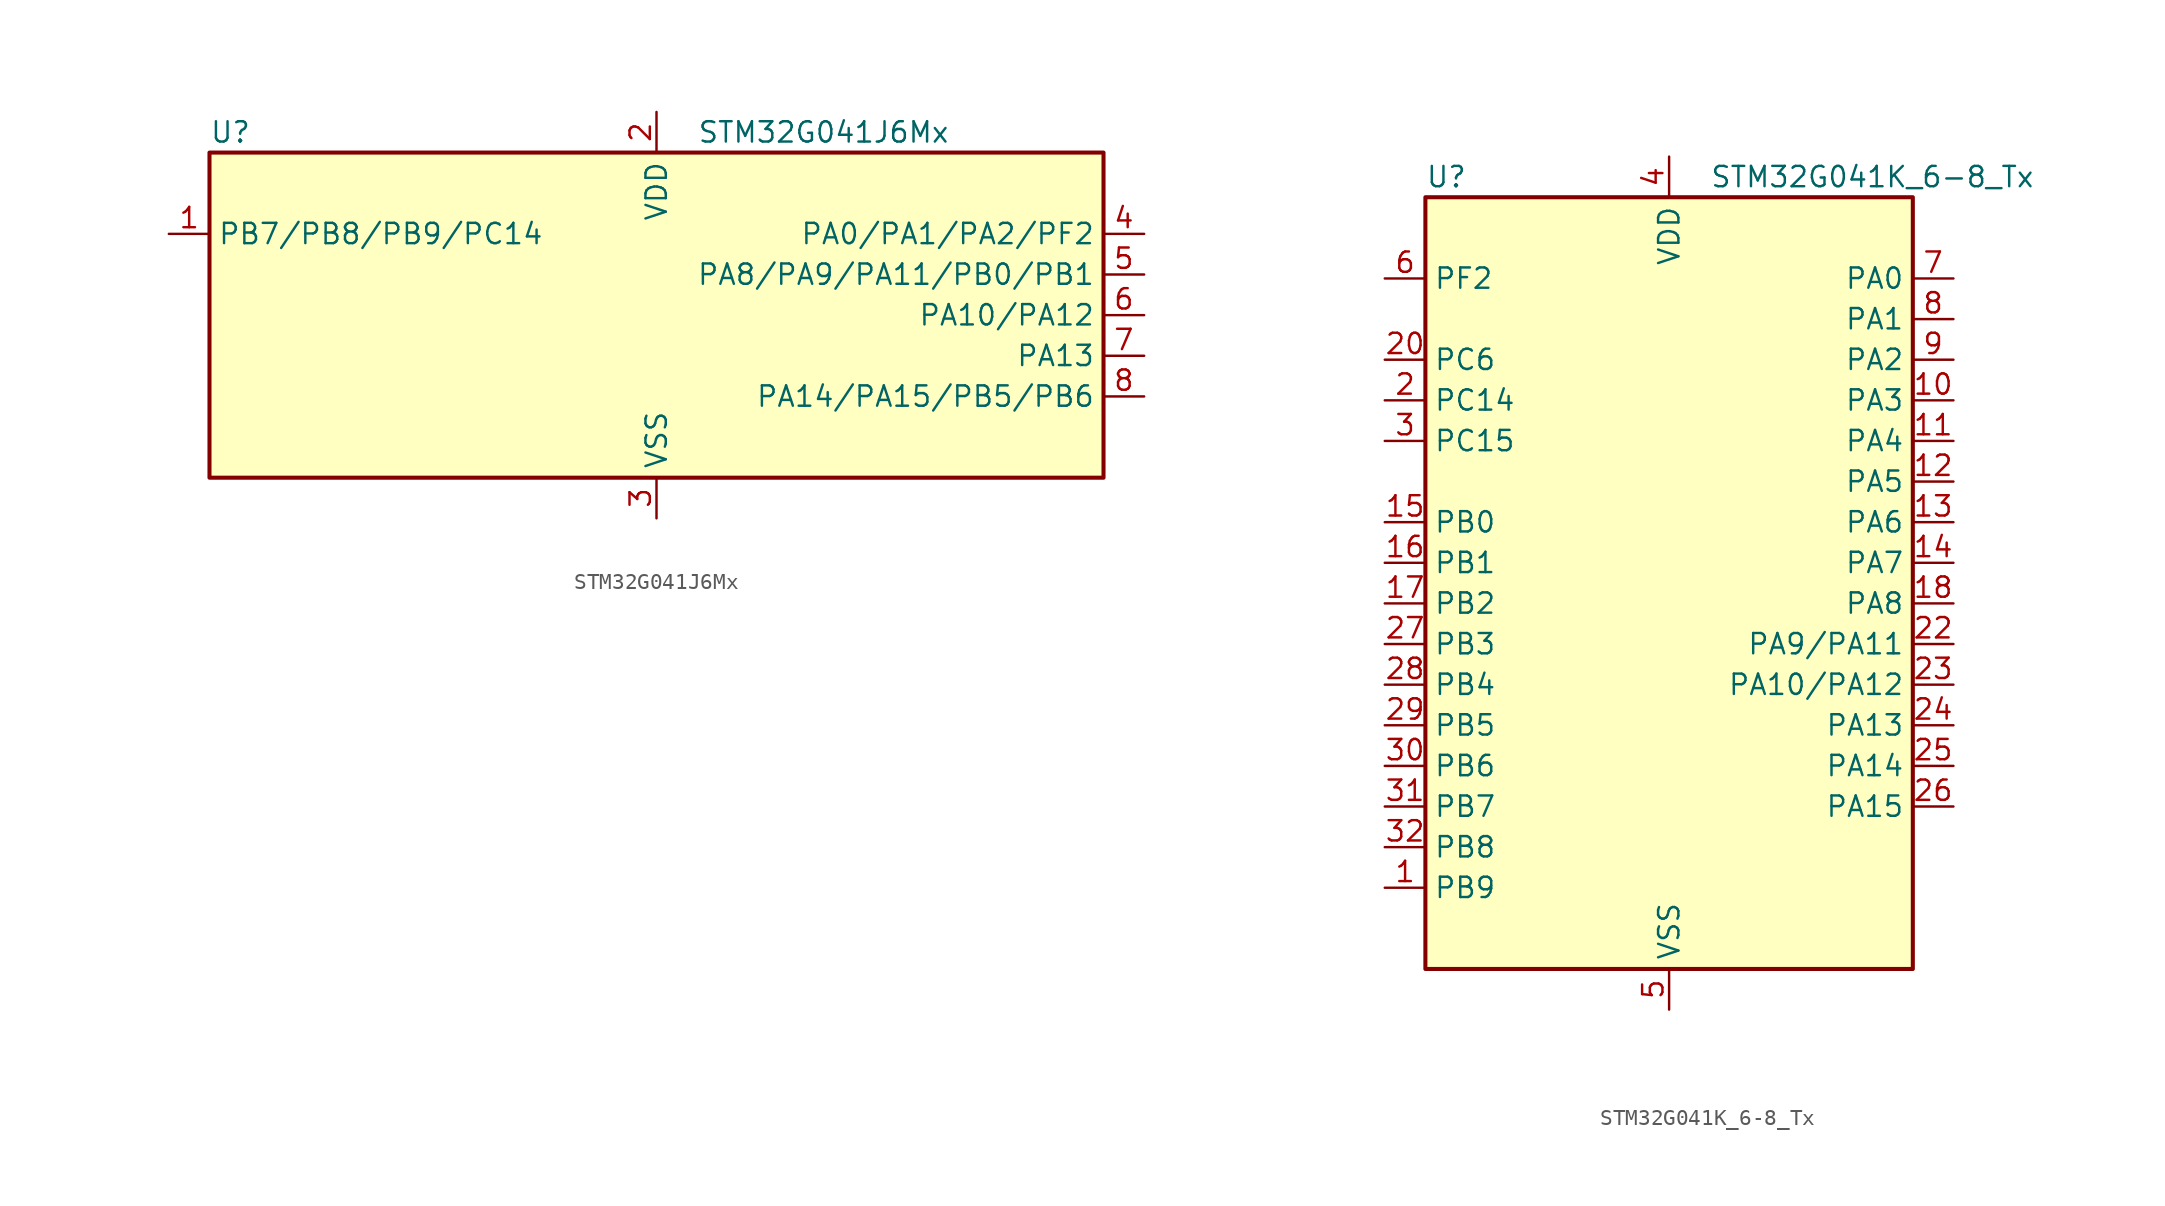
<source format=kicad_sym>
(kicad_symbol_lib
  (version 20231120)
  (generator "kicad-library-utils")
  (generator_version "8.0")
  (symbol "STM32G041J6Mx"
    (property "Reference" "U"
      (at -27.94 11.43 0)
      (effects (font (size 1.27 1.27)) (justify left)))
    (property "Value" "STM32G041J6Mx"
      (at 2.54 11.43 0)
      (effects (font (size 1.27 1.27)) (justify left)))
    (symbol "STM32G041J6Mx_0_1"
      (rectangle (start -27.94 -10.16) (end 27.94 10.16) (stroke (width 0.254) (type default)) (fill (type background))))
    (symbol "STM32G041J6Mx_1_1"
      (pin bidirectional line (at -30.48 5.08 0) (length 2.54) (name "PB7/PB8/PB9/PC14" (effects (font (size 1.27 1.27)))) (number "1" (effects (font (size 1.27 1.27)))) (alternate "PB7" bidirectional line) (alternate "ADC1_IN11 (PB7)" bidirectional line) (alternate "I2C1_SDA (PB7)" bidirectional line) (alternate "LPTIM1_IN2 (PB7)" bidirectional line) (alternate "SPI2_MOSI (PB7)" bidirectional line) (alternate "SYS_PVD_IN (PB7)" bidirectional line) (alternate "TIM17_CH1N (PB7)" bidirectional line) (alternate "USART1_RX (PB7)" bidirectional line) (alternate "PB8" bidirectional line) (alternate "I2C1_SCL (PB8)" bidirectional line) (alternate "SPI2_SCK (PB8)" bidirectional line) (alternate "TIM16_CH1 (PB8)" bidirectional line) (alternate "PB9" bidirectional line) (alternate "I2C1_SDA (PB9)" bidirectional line) (alternate "IR_OUT (PB9)" bidirectional line) (alternate "SPI2_NSS (PB9)" bidirectional line) (alternate "TIM17_CH1 (PB9)" bidirectional line) (alternate "PC14" bidirectional line) (alternate "RCC_OSC32_IN (PC14)" bidirectional line) (alternate "RCC_OSC_IN (PC14)" bidirectional line) (alternate "TIM1_BK2 (PC14)" bidirectional line))
      (pin power_in line (at 0 12.7 270) (length 2.54) (name "VDD" (effects (font (size 1.27 1.27)))) (number "2" (effects (font (size 1.27 1.27)))))
      (pin power_in line (at 0 -12.7 90) (length 2.54) (name "VSS" (effects (font (size 1.27 1.27)))) (number "3" (effects (font (size 1.27 1.27)))))
      (pin bidirectional line (at 30.48 5.08 180) (length 2.54) (name "PA0/PA1/PA2/PF2" (effects (font (size 1.27 1.27)))) (number "4" (effects (font (size 1.27 1.27)))) (alternate "PA0" bidirectional line) (alternate "ADC1_IN0 (PA0)" bidirectional line) (alternate "LPTIM1_OUT (PA0)" bidirectional line) (alternate "RTC_TAMP_IN2 (PA0)" bidirectional line) (alternate "SPI2_SCK (PA0)" bidirectional line) (alternate "SYS_WKUP1 (PA0)" bidirectional line) (alternate "TIM2_CH1 (PA0)" bidirectional line) (alternate "TIM2_ETR (PA0)" bidirectional line) (alternate "USART2_CTS (PA0)" bidirectional line) (alternate "USART2_NSS (PA0)" bidirectional line) (alternate "PA1" bidirectional line) (alternate "ADC1_IN1 (PA1)" bidirectional line) (alternate "I2C1_SMBA (PA1)" bidirectional line) (alternate "I2S1_CK (PA1)" bidirectional line) (alternate "SPI1_SCK (PA1)" bidirectional line) (alternate "TIM2_CH2 (PA1)" bidirectional line) (alternate "USART2_CK (PA1)" bidirectional line) (alternate "USART2_DE (PA1)" bidirectional line) (alternate "USART2_RTS (PA1)" bidirectional line) (alternate "PA2" bidirectional line) (alternate "ADC1_IN2 (PA2)" bidirectional line) (alternate "I2S1_SD (PA2)" bidirectional line) (alternate "LPUART1_TX (PA2)" bidirectional line) (alternate "RCC_LSCO (PA2)" bidirectional line) (alternate "SPI1_MOSI (PA2)" bidirectional line) (alternate "SYS_WKUP4 (PA2)" bidirectional line) (alternate "TIM2_CH3 (PA2)" bidirectional line) (alternate "USART2_TX (PA2)" bidirectional line) (alternate "PF2" bidirectional line) (alternate "RCC_MCO (PF2)" bidirectional line))
      (pin bidirectional line (at 30.48 2.54 180) (length 2.54) (name "PA8/PA9/PA11/PB0/PB1" (effects (font (size 1.27 1.27)))) (number "5" (effects (font (size 1.27 1.27)))) (alternate "PA8" bidirectional line) (alternate "LPTIM2_OUT (PA8)" bidirectional line) (alternate "RCC_MCO (PA8)" bidirectional line) (alternate "SPI2_NSS (PA8)" bidirectional line) (alternate "TIM1_CH1 (PA8)" bidirectional line) (alternate "PA9" bidirectional line) (alternate "I2C1_SCL (PA9)" bidirectional line) (alternate "RCC_MCO (PA9)" bidirectional line) (alternate "SPI2_MISO (PA9)" bidirectional line) (alternate "TIM1_CH2 (PA9)" bidirectional line) (alternate "USART1_TX (PA9)" bidirectional line) (alternate "PA11" bidirectional line) (alternate "ADC1_EXTI11 (PA11)" bidirectional line) (alternate "ADC1_IN15 (PA11)" bidirectional line) (alternate "I2C2_SCL (PA11)" bidirectional line) (alternate "I2S1_MCK (PA11)" bidirectional line) (alternate "SPI1_MISO (PA11)" bidirectional line) (alternate "TIM1_BK2 (PA11)" bidirectional line) (alternate "TIM1_CH4 (PA11)" bidirectional line) (alternate "USART1_CTS (PA11)" bidirectional line) (alternate "USART1_NSS (PA11)" bidirectional line) (alternate "PB0" bidirectional line) (alternate "ADC1_IN8 (PB0)" bidirectional line) (alternate "I2S1_WS (PB0)" bidirectional line) (alternate "LPTIM1_OUT (PB0)" bidirectional line) (alternate "SPI1_NSS (PB0)" bidirectional line) (alternate "TIM1_CH2N (PB0)" bidirectional line) (alternate "TIM3_CH3 (PB0)" bidirectional line) (alternate "PB1" bidirectional line) (alternate "ADC1_IN9 (PB1)" bidirectional line) (alternate "LPTIM2_IN1 (PB1)" bidirectional line) (alternate "LPUART1_DE (PB1)" bidirectional line) (alternate "LPUART1_RTS (PB1)" bidirectional line) (alternate "TIM14_CH1 (PB1)" bidirectional line) (alternate "TIM1_CH3N (PB1)" bidirectional line) (alternate "TIM3_CH4 (PB1)" bidirectional line))
      (pin bidirectional line (at 30.48 0 180) (length 2.54) (name "PA10/PA12" (effects (font (size 1.27 1.27)))) (number "6" (effects (font (size 1.27 1.27)))) (alternate "PA10" bidirectional line) (alternate "I2C1_SDA (PA10)" bidirectional line) (alternate "SPI2_MOSI (PA10)" bidirectional line) (alternate "TIM17_BK (PA10)" bidirectional line) (alternate "TIM1_CH3 (PA10)" bidirectional line) (alternate "USART1_RX (PA10)" bidirectional line) (alternate "PA12" bidirectional line) (alternate "ADC1_IN16 (PA12)" bidirectional line) (alternate "I2C2_SDA (PA12)" bidirectional line) (alternate "I2S1_SD (PA12)" bidirectional line) (alternate "I2S_CKIN (PA12)" bidirectional line) (alternate "SPI1_MOSI (PA12)" bidirectional line) (alternate "TIM1_ETR (PA12)" bidirectional line) (alternate "USART1_CK (PA12)" bidirectional line) (alternate "USART1_DE (PA12)" bidirectional line) (alternate "USART1_RTS (PA12)" bidirectional line))
      (pin bidirectional line (at 30.48 -2.54 180) (length 2.54) (name "PA13" (effects (font (size 1.27 1.27)))) (number "7" (effects (font (size 1.27 1.27)))) (alternate "ADC1_IN17" bidirectional line) (alternate "IR_OUT" bidirectional line) (alternate "SYS_SWDIO" bidirectional line))
      (pin bidirectional line (at 30.48 -5.08 180) (length 2.54) (name "PA14/PA15/PB5/PB6" (effects (font (size 1.27 1.27)))) (number "8" (effects (font (size 1.27 1.27)))) (alternate "PA14" bidirectional line) (alternate "ADC1_IN18 (PA14)" bidirectional line) (alternate "SYS_SWCLK (PA14)" bidirectional line) (alternate "USART2_TX (PA14)" bidirectional line) (alternate "PA15" bidirectional line) (alternate "I2S1_WS (PA15)" bidirectional line) (alternate "SPI1_NSS (PA15)" bidirectional line) (alternate "TIM2_CH1 (PA15)" bidirectional line) (alternate "TIM2_ETR (PA15)" bidirectional line) (alternate "USART2_RX (PA15)" bidirectional line) (alternate "PB5" bidirectional line) (alternate "I2C1_SMBA (PB5)" bidirectional line) (alternate "I2S1_SD (PB5)" bidirectional line) (alternate "LPTIM1_IN1 (PB5)" bidirectional line) (alternate "SPI1_MOSI (PB5)" bidirectional line) (alternate "SYS_WKUP6 (PB5)" bidirectional line) (alternate "TIM16_BK (PB5)" bidirectional line) (alternate "TIM3_CH2 (PB5)" bidirectional line) (alternate "PB6" bidirectional line) (alternate "I2C1_SCL (PB6)" bidirectional line) (alternate "LPTIM1_ETR (PB6)" bidirectional line) (alternate "SPI2_MISO (PB6)" bidirectional line) (alternate "TIM16_CH1N (PB6)" bidirectional line) (alternate "TIM1_CH3 (PB6)" bidirectional line) (alternate "USART1_TX (PB6)" bidirectional line))))
  (symbol "STM32G041K_6-8_Tx"
    (property "Reference" "U"
      (at -15.24 26.67 0)
      (effects (font (size 1.27 1.27)) (justify left)))
    (property "Value" "STM32G041K_6-8_Tx"
      (at 2.54 26.67 0)
      (effects (font (size 1.27 1.27)) (justify left)))
    (symbol "STM32G041K_6-8_Tx_0_1"
      (rectangle (start -15.24 -22.86) (end 15.24 25.4) (stroke (width 0.254) (type default)) (fill (type background))))
    (symbol "STM32G041K_6-8_Tx_1_1"
      (pin bidirectional line (at -17.78 -17.78 0) (length 2.54) (name "PB9" (effects (font (size 1.27 1.27)))) (number "1" (effects (font (size 1.27 1.27)))) (alternate "I2C1_SDA" bidirectional line) (alternate "IR_OUT" bidirectional line) (alternate "SPI2_NSS" bidirectional line) (alternate "TIM17_CH1" bidirectional line))
      (pin bidirectional line (at 17.78 12.7 180) (length 2.54) (name "PA3" (effects (font (size 1.27 1.27)))) (number "10" (effects (font (size 1.27 1.27)))) (alternate "ADC1_IN3" bidirectional line) (alternate "LPUART1_RX" bidirectional line) (alternate "SPI2_MISO" bidirectional line) (alternate "TIM2_CH4" bidirectional line) (alternate "USART2_RX" bidirectional line))
      (pin bidirectional line (at 17.78 10.16 180) (length 2.54) (name "PA4" (effects (font (size 1.27 1.27)))) (number "11" (effects (font (size 1.27 1.27)))) (alternate "ADC1_IN4" bidirectional line) (alternate "I2S1_WS" bidirectional line) (alternate "LPTIM2_OUT" bidirectional line) (alternate "RTC_OUT_ALARM" bidirectional line) (alternate "RTC_OUT_CALIB" bidirectional line) (alternate "RTC_TAMP_IN1" bidirectional line) (alternate "RTC_TS" bidirectional line) (alternate "SPI1_NSS" bidirectional line) (alternate "SPI2_MOSI" bidirectional line) (alternate "SYS_WKUP2" bidirectional line) (alternate "TIM14_CH1" bidirectional line))
      (pin bidirectional line (at 17.78 7.62 180) (length 2.54) (name "PA5" (effects (font (size 1.27 1.27)))) (number "12" (effects (font (size 1.27 1.27)))) (alternate "ADC1_IN5" bidirectional line) (alternate "I2S1_CK" bidirectional line) (alternate "LPTIM2_ETR" bidirectional line) (alternate "SPI1_SCK" bidirectional line) (alternate "TIM2_CH1" bidirectional line) (alternate "TIM2_ETR" bidirectional line))
      (pin bidirectional line (at 17.78 5.08 180) (length 2.54) (name "PA6" (effects (font (size 1.27 1.27)))) (number "13" (effects (font (size 1.27 1.27)))) (alternate "ADC1_IN6" bidirectional line) (alternate "I2S1_MCK" bidirectional line) (alternate "LPUART1_CTS" bidirectional line) (alternate "SPI1_MISO" bidirectional line) (alternate "TIM16_CH1" bidirectional line) (alternate "TIM1_BK" bidirectional line) (alternate "TIM3_CH1" bidirectional line))
      (pin bidirectional line (at 17.78 2.54 180) (length 2.54) (name "PA7" (effects (font (size 1.27 1.27)))) (number "14" (effects (font (size 1.27 1.27)))) (alternate "ADC1_IN7" bidirectional line) (alternate "I2S1_SD" bidirectional line) (alternate "SPI1_MOSI" bidirectional line) (alternate "TIM14_CH1" bidirectional line) (alternate "TIM17_CH1" bidirectional line) (alternate "TIM1_CH1N" bidirectional line) (alternate "TIM3_CH2" bidirectional line))
      (pin bidirectional line (at -17.78 5.08 0) (length 2.54) (name "PB0" (effects (font (size 1.27 1.27)))) (number "15" (effects (font (size 1.27 1.27)))) (alternate "ADC1_IN8" bidirectional line) (alternate "I2S1_WS" bidirectional line) (alternate "LPTIM1_OUT" bidirectional line) (alternate "SPI1_NSS" bidirectional line) (alternate "TIM1_CH2N" bidirectional line) (alternate "TIM3_CH3" bidirectional line))
      (pin bidirectional line (at -17.78 2.54 0) (length 2.54) (name "PB1" (effects (font (size 1.27 1.27)))) (number "16" (effects (font (size 1.27 1.27)))) (alternate "ADC1_IN9" bidirectional line) (alternate "LPTIM2_IN1" bidirectional line) (alternate "LPUART1_DE" bidirectional line) (alternate "LPUART1_RTS" bidirectional line) (alternate "TIM14_CH1" bidirectional line) (alternate "TIM1_CH3N" bidirectional line) (alternate "TIM3_CH4" bidirectional line))
      (pin bidirectional line (at -17.78 0 0) (length 2.54) (name "PB2" (effects (font (size 1.27 1.27)))) (number "17" (effects (font (size 1.27 1.27)))) (alternate "ADC1_IN10" bidirectional line) (alternate "LPTIM1_OUT" bidirectional line) (alternate "SPI2_MISO" bidirectional line))
      (pin bidirectional line (at 17.78 0 180) (length 2.54) (name "PA8" (effects (font (size 1.27 1.27)))) (number "18" (effects (font (size 1.27 1.27)))) (alternate "LPTIM2_OUT" bidirectional line) (alternate "RCC_MCO" bidirectional line) (alternate "SPI2_NSS" bidirectional line) (alternate "TIM1_CH1" bidirectional line))
      (pin no_connect line (at -15.24 -22.86 0) (length 2.54) hide (name "NC/PA9" (effects (font (size 1.27 1.27)))) (number "19" (effects (font (size 1.27 1.27)))) (alternate "NC" bidirectional line) (alternate "PA9" bidirectional line) (alternate "I2C1_SCL (PA9)" bidirectional line) (alternate "RCC_MCO (PA9)" bidirectional line) (alternate "SPI2_MISO (PA9)" bidirectional line) (alternate "TIM1_CH2 (PA9)" bidirectional line) (alternate "USART1_TX (PA9)" bidirectional line))
      (pin bidirectional line (at -17.78 12.7 0) (length 2.54) (name "PC14" (effects (font (size 1.27 1.27)))) (number "2" (effects (font (size 1.27 1.27)))) (alternate "RCC_OSC32_IN" bidirectional line) (alternate "RCC_OSC_IN" bidirectional line) (alternate "TIM1_BK2" bidirectional line))
      (pin bidirectional line (at -17.78 15.24 0) (length 2.54) (name "PC6" (effects (font (size 1.27 1.27)))) (number "20" (effects (font (size 1.27 1.27)))) (alternate "TIM2_CH3" bidirectional line) (alternate "TIM3_CH1" bidirectional line))
      (pin no_connect line (at -15.24 -20.32 0) (length 2.54) hide (name "NC/PA10" (effects (font (size 1.27 1.27)))) (number "21" (effects (font (size 1.27 1.27)))) (alternate "NC" bidirectional line) (alternate "PA10" bidirectional line) (alternate "I2C1_SDA (PA10)" bidirectional line) (alternate "SPI2_MOSI (PA10)" bidirectional line) (alternate "TIM17_BK (PA10)" bidirectional line) (alternate "TIM1_CH3 (PA10)" bidirectional line) (alternate "USART1_RX (PA10)" bidirectional line))
      (pin bidirectional line (at 17.78 -2.54 180) (length 2.54) (name "PA9/PA11" (effects (font (size 1.27 1.27)))) (number "22" (effects (font (size 1.27 1.27)))) (alternate "PA9" bidirectional line) (alternate "I2C1_SCL (PA9)" bidirectional line) (alternate "RCC_MCO (PA9)" bidirectional line) (alternate "SPI2_MISO (PA9)" bidirectional line) (alternate "TIM1_CH2 (PA9)" bidirectional line) (alternate "USART1_TX (PA9)" bidirectional line) (alternate "PA11" bidirectional line) (alternate "ADC1_EXTI11 (PA11)" bidirectional line) (alternate "ADC1_IN15 (PA11)" bidirectional line) (alternate "I2C2_SCL (PA11)" bidirectional line) (alternate "I2S1_MCK (PA11)" bidirectional line) (alternate "SPI1_MISO (PA11)" bidirectional line) (alternate "TIM1_BK2 (PA11)" bidirectional line) (alternate "TIM1_CH4 (PA11)" bidirectional line) (alternate "USART1_CTS (PA11)" bidirectional line) (alternate "USART1_NSS (PA11)" bidirectional line))
      (pin bidirectional line (at 17.78 -5.08 180) (length 2.54) (name "PA10/PA12" (effects (font (size 1.27 1.27)))) (number "23" (effects (font (size 1.27 1.27)))) (alternate "PA10" bidirectional line) (alternate "I2C1_SDA (PA10)" bidirectional line) (alternate "SPI2_MOSI (PA10)" bidirectional line) (alternate "TIM17_BK (PA10)" bidirectional line) (alternate "TIM1_CH3 (PA10)" bidirectional line) (alternate "USART1_RX (PA10)" bidirectional line) (alternate "PA12" bidirectional line) (alternate "ADC1_IN16 (PA12)" bidirectional line) (alternate "I2C2_SDA (PA12)" bidirectional line) (alternate "I2S1_SD (PA12)" bidirectional line) (alternate "I2S_CKIN (PA12)" bidirectional line) (alternate "SPI1_MOSI (PA12)" bidirectional line) (alternate "TIM1_ETR (PA12)" bidirectional line) (alternate "USART1_CK (PA12)" bidirectional line) (alternate "USART1_DE (PA12)" bidirectional line) (alternate "USART1_RTS (PA12)" bidirectional line))
      (pin bidirectional line (at 17.78 -7.62 180) (length 2.54) (name "PA13" (effects (font (size 1.27 1.27)))) (number "24" (effects (font (size 1.27 1.27)))) (alternate "ADC1_IN17" bidirectional line) (alternate "IR_OUT" bidirectional line) (alternate "SYS_SWDIO" bidirectional line))
      (pin bidirectional line (at 17.78 -10.16 180) (length 2.54) (name "PA14" (effects (font (size 1.27 1.27)))) (number "25" (effects (font (size 1.27 1.27)))) (alternate "ADC1_IN18" bidirectional line) (alternate "SYS_SWCLK" bidirectional line) (alternate "USART2_TX" bidirectional line))
      (pin bidirectional line (at 17.78 -12.7 180) (length 2.54) (name "PA15" (effects (font (size 1.27 1.27)))) (number "26" (effects (font (size 1.27 1.27)))) (alternate "I2S1_WS" bidirectional line) (alternate "SPI1_NSS" bidirectional line) (alternate "TIM2_CH1" bidirectional line) (alternate "TIM2_ETR" bidirectional line) (alternate "USART2_RX" bidirectional line))
      (pin bidirectional line (at -17.78 -2.54 0) (length 2.54) (name "PB3" (effects (font (size 1.27 1.27)))) (number "27" (effects (font (size 1.27 1.27)))) (alternate "I2S1_CK" bidirectional line) (alternate "SPI1_SCK" bidirectional line) (alternate "TIM1_CH2" bidirectional line) (alternate "TIM2_CH2" bidirectional line) (alternate "USART1_CK" bidirectional line) (alternate "USART1_DE" bidirectional line) (alternate "USART1_RTS" bidirectional line))
      (pin bidirectional line (at -17.78 -5.08 0) (length 2.54) (name "PB4" (effects (font (size 1.27 1.27)))) (number "28" (effects (font (size 1.27 1.27)))) (alternate "I2S1_MCK" bidirectional line) (alternate "SPI1_MISO" bidirectional line) (alternate "TIM17_BK" bidirectional line) (alternate "TIM3_CH1" bidirectional line) (alternate "USART1_CTS" bidirectional line) (alternate "USART1_NSS" bidirectional line))
      (pin bidirectional line (at -17.78 -7.62 0) (length 2.54) (name "PB5" (effects (font (size 1.27 1.27)))) (number "29" (effects (font (size 1.27 1.27)))) (alternate "I2C1_SMBA" bidirectional line) (alternate "I2S1_SD" bidirectional line) (alternate "LPTIM1_IN1" bidirectional line) (alternate "SPI1_MOSI" bidirectional line) (alternate "SYS_WKUP6" bidirectional line) (alternate "TIM16_BK" bidirectional line) (alternate "TIM3_CH2" bidirectional line))
      (pin bidirectional line (at -17.78 10.16 0) (length 2.54) (name "PC15" (effects (font (size 1.27 1.27)))) (number "3" (effects (font (size 1.27 1.27)))) (alternate "RCC_OSC32_EN" bidirectional line) (alternate "RCC_OSC32_OUT" bidirectional line) (alternate "RCC_OSC_EN" bidirectional line))
      (pin bidirectional line (at -17.78 -10.16 0) (length 2.54) (name "PB6" (effects (font (size 1.27 1.27)))) (number "30" (effects (font (size 1.27 1.27)))) (alternate "I2C1_SCL" bidirectional line) (alternate "LPTIM1_ETR" bidirectional line) (alternate "SPI2_MISO" bidirectional line) (alternate "TIM16_CH1N" bidirectional line) (alternate "TIM1_CH3" bidirectional line) (alternate "USART1_TX" bidirectional line))
      (pin bidirectional line (at -17.78 -12.7 0) (length 2.54) (name "PB7" (effects (font (size 1.27 1.27)))) (number "31" (effects (font (size 1.27 1.27)))) (alternate "ADC1_IN11" bidirectional line) (alternate "I2C1_SDA" bidirectional line) (alternate "LPTIM1_IN2" bidirectional line) (alternate "SPI2_MOSI" bidirectional line) (alternate "SYS_PVD_IN" bidirectional line) (alternate "TIM17_CH1N" bidirectional line) (alternate "USART1_RX" bidirectional line))
      (pin bidirectional line (at -17.78 -15.24 0) (length 2.54) (name "PB8" (effects (font (size 1.27 1.27)))) (number "32" (effects (font (size 1.27 1.27)))) (alternate "I2C1_SCL" bidirectional line) (alternate "SPI2_SCK" bidirectional line) (alternate "TIM16_CH1" bidirectional line))
      (pin power_in line (at 0 27.94 270) (length 2.54) (name "VDD" (effects (font (size 1.27 1.27)))) (number "4" (effects (font (size 1.27 1.27)))))
      (pin power_in line (at 0 -25.4 90) (length 2.54) (name "VSS" (effects (font (size 1.27 1.27)))) (number "5" (effects (font (size 1.27 1.27)))))
      (pin bidirectional line (at -17.78 20.32 0) (length 2.54) (name "PF2" (effects (font (size 1.27 1.27)))) (number "6" (effects (font (size 1.27 1.27)))) (alternate "RCC_MCO" bidirectional line))
      (pin bidirectional line (at 17.78 20.32 180) (length 2.54) (name "PA0" (effects (font (size 1.27 1.27)))) (number "7" (effects (font (size 1.27 1.27)))) (alternate "ADC1_IN0" bidirectional line) (alternate "LPTIM1_OUT" bidirectional line) (alternate "RTC_TAMP_IN2" bidirectional line) (alternate "SPI2_SCK" bidirectional line) (alternate "SYS_WKUP1" bidirectional line) (alternate "TIM2_CH1" bidirectional line) (alternate "TIM2_ETR" bidirectional line) (alternate "USART2_CTS" bidirectional line) (alternate "USART2_NSS" bidirectional line))
      (pin bidirectional line (at 17.78 17.78 180) (length 2.54) (name "PA1" (effects (font (size 1.27 1.27)))) (number "8" (effects (font (size 1.27 1.27)))) (alternate "ADC1_IN1" bidirectional line) (alternate "I2C1_SMBA" bidirectional line) (alternate "I2S1_CK" bidirectional line) (alternate "SPI1_SCK" bidirectional line) (alternate "TIM2_CH2" bidirectional line) (alternate "USART2_CK" bidirectional line) (alternate "USART2_DE" bidirectional line) (alternate "USART2_RTS" bidirectional line))
      (pin bidirectional line (at 17.78 15.24 180) (length 2.54) (name "PA2" (effects (font (size 1.27 1.27)))) (number "9" (effects (font (size 1.27 1.27)))) (alternate "ADC1_IN2" bidirectional line) (alternate "I2S1_SD" bidirectional line) (alternate "LPUART1_TX" bidirectional line) (alternate "RCC_LSCO" bidirectional line) (alternate "SPI1_MOSI" bidirectional line) (alternate "SYS_WKUP4" bidirectional line) (alternate "TIM2_CH3" bidirectional line) (alternate "USART2_TX" bidirectional line)))))
</source>
